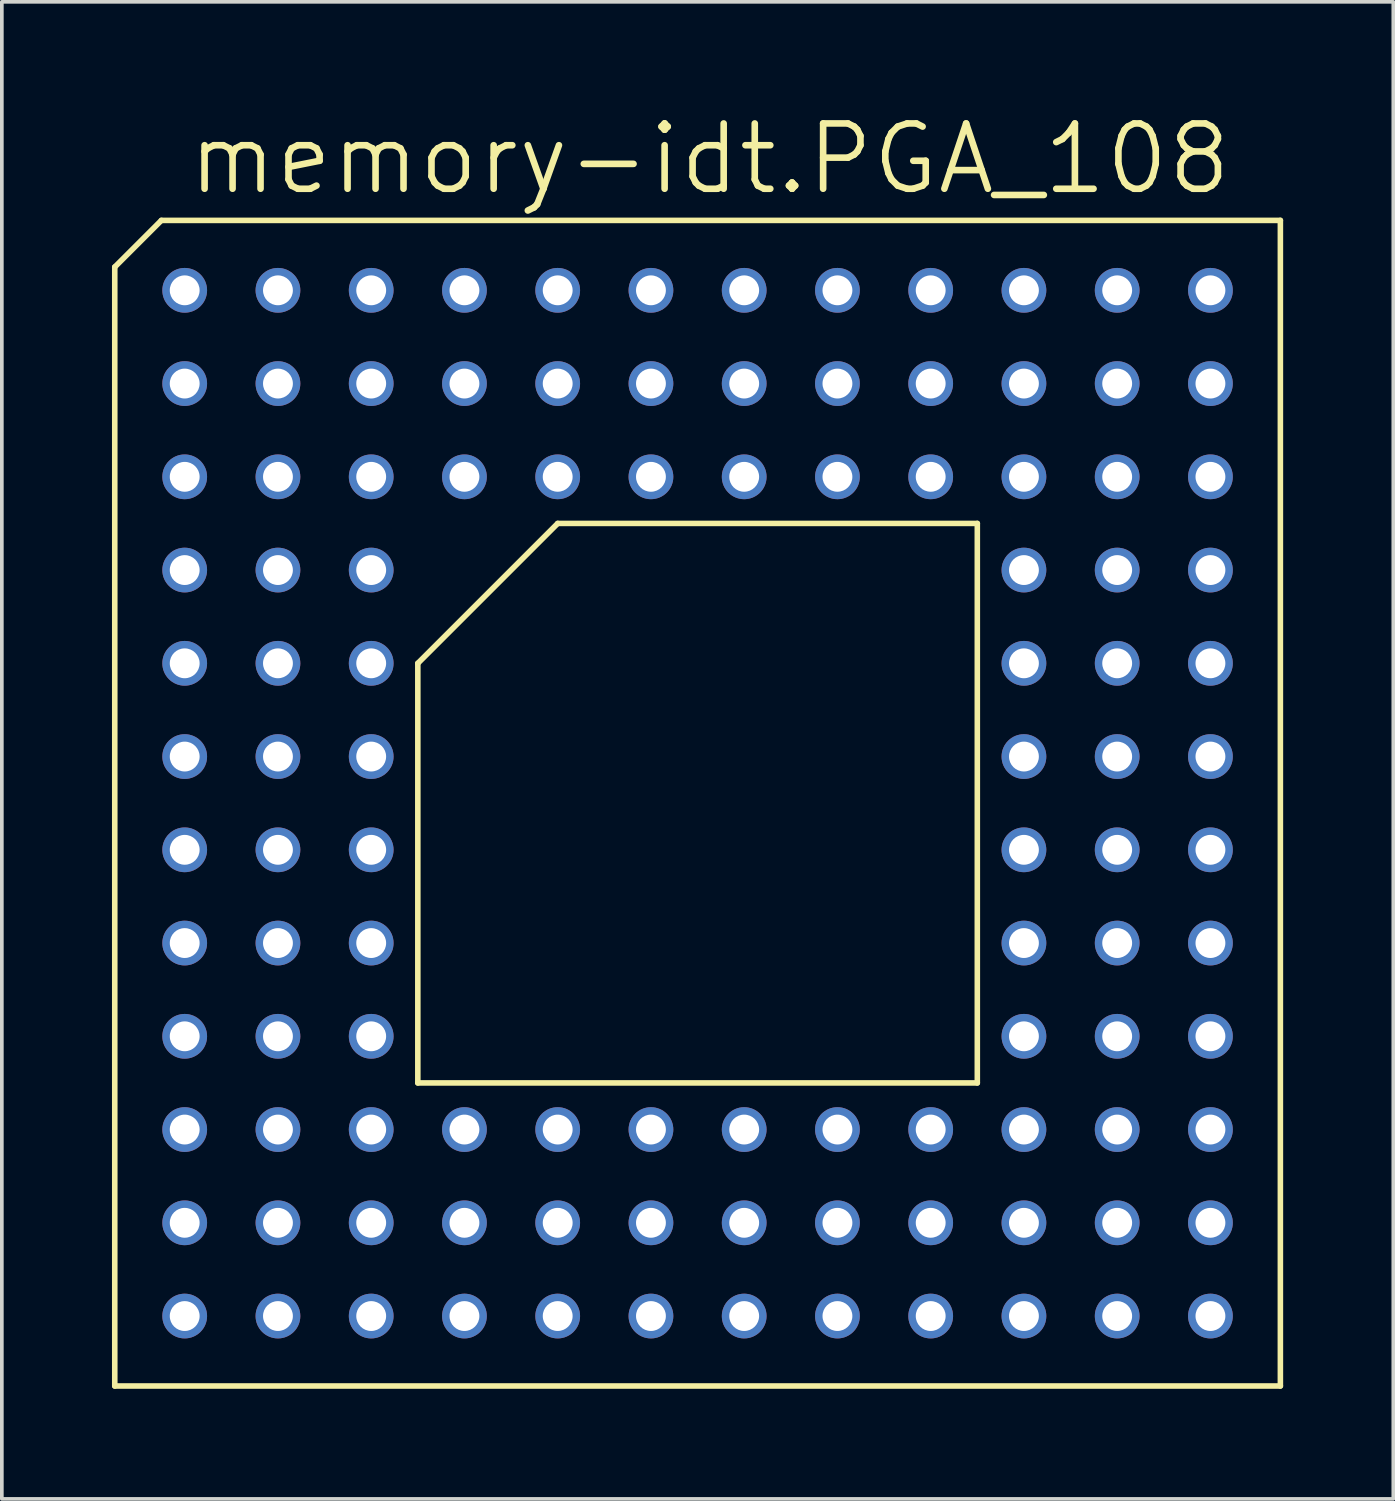
<source format=kicad_pcb>
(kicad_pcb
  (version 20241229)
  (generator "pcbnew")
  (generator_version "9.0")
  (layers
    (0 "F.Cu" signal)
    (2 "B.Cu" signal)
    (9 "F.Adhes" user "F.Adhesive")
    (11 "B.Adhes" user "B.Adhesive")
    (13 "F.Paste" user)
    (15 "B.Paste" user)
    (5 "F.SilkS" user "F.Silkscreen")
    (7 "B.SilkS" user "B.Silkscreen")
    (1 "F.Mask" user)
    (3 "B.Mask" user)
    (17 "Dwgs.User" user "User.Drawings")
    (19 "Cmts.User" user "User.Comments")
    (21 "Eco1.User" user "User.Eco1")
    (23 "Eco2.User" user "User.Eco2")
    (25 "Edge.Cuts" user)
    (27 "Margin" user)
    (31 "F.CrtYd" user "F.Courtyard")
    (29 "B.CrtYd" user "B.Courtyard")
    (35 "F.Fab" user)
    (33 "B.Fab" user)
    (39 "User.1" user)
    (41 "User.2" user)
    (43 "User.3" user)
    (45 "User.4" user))
  (footprint "memory-idt.PGA_108"
    (layer "F.Cu")
    (at 15.951 18.828)
    (property "Reference" "memory-idt.PGA_108" (at -13.97 -16.51 0) (layer "F.SilkS") (effects (font (size 1.778 1.778) (thickness 0.18)) (justify left bottom)))
    (attr through_hole)
    (fp_line (start -15.875 -14.605) (end -14.605 -15.875) (stroke (width 0.152) (type default)) (layer "F.SilkS"))
    (fp_line (start -15.875 15.875) (end -15.875 -14.605) (stroke (width 0.152) (type default)) (layer "F.SilkS"))
    (fp_line (start -14.605 -15.875) (end 15.875 -15.875) (stroke (width 0.152) (type default)) (layer "F.SilkS"))
    (fp_line (start -7.62 -3.81) (end -7.62 7.62) (stroke (width 0.152) (type default)) (layer "F.SilkS"))
    (fp_line (start -3.81 -7.62) (end -7.62 -3.81) (stroke (width 0.152) (type default)) (layer "F.SilkS"))
    (fp_line (start 7.62 -7.62) (end -3.81 -7.62) (stroke (width 0.152) (type default)) (layer "F.SilkS"))
    (fp_line (start 7.62 7.62) (end -7.62 7.62) (stroke (width 0.152) (type default)) (layer "F.SilkS"))
    (fp_line (start 7.62 7.62) (end 7.62 -7.62) (stroke (width 0.152) (type default)) (layer "F.SilkS"))
    (fp_line (start 15.875 -15.875) (end 15.875 15.875) (stroke (width 0.152) (type default)) (layer "F.SilkS"))
    (fp_line (start 15.875 15.875) (end -15.875 15.875) (stroke (width 0.152) (type default)) (layer "F.SilkS"))
    (pad "A1" thru_hole circle (at -13.97 -13.97) (size 1.219 1.219) (drill 0.813) (layers "*.Cu" "*.Mask"))
    (pad "A2" thru_hole circle (at -11.43 -13.97) (size 1.219 1.219) (drill 0.813) (layers "*.Cu" "*.Mask"))
    (pad "A3" thru_hole circle (at -8.89 -13.97) (size 1.219 1.219) (drill 0.813) (layers "*.Cu" "*.Mask"))
    (pad "A4" thru_hole circle (at -6.35 -13.97) (size 1.219 1.219) (drill 0.813) (layers "*.Cu" "*.Mask"))
    (pad "A5" thru_hole circle (at -3.81 -13.97) (size 1.219 1.219) (drill 0.813) (layers "*.Cu" "*.Mask"))
    (pad "A6" thru_hole circle (at -1.27 -13.97) (size 1.219 1.219) (drill 0.813) (layers "*.Cu" "*.Mask"))
    (pad "A7" thru_hole circle (at 1.27 -13.97) (size 1.219 1.219) (drill 0.813) (layers "*.Cu" "*.Mask"))
    (pad "A8" thru_hole circle (at 3.81 -13.97) (size 1.219 1.219) (drill 0.813) (layers "*.Cu" "*.Mask"))
    (pad "A9" thru_hole circle (at 6.35 -13.97) (size 1.219 1.219) (drill 0.813) (layers "*.Cu" "*.Mask"))
    (pad "A10" thru_hole circle (at 8.89 -13.97) (size 1.219 1.219) (drill 0.813) (layers "*.Cu" "*.Mask"))
    (pad "A11" thru_hole circle (at 11.43 -13.97) (size 1.219 1.219) (drill 0.813) (layers "*.Cu" "*.Mask"))
    (pad "A12" thru_hole circle (at 13.97 -13.97) (size 1.219 1.219) (drill 0.813) (layers "*.Cu" "*.Mask"))
    (pad "B1" thru_hole circle (at -13.97 -11.43) (size 1.219 1.219) (drill 0.813) (layers "*.Cu" "*.Mask"))
    (pad "B2" thru_hole circle (at -11.43 -11.43) (size 1.219 1.219) (drill 0.813) (layers "*.Cu" "*.Mask"))
    (pad "B3" thru_hole circle (at -8.89 -11.43) (size 1.219 1.219) (drill 0.813) (layers "*.Cu" "*.Mask"))
    (pad "B4" thru_hole circle (at -6.35 -11.43) (size 1.219 1.219) (drill 0.813) (layers "*.Cu" "*.Mask"))
    (pad "B5" thru_hole circle (at -3.81 -11.43) (size 1.219 1.219) (drill 0.813) (layers "*.Cu" "*.Mask"))
    (pad "B6" thru_hole circle (at -1.27 -11.43) (size 1.219 1.219) (drill 0.813) (layers "*.Cu" "*.Mask"))
    (pad "B7" thru_hole circle (at 1.27 -11.43) (size 1.219 1.219) (drill 0.813) (layers "*.Cu" "*.Mask"))
    (pad "B8" thru_hole circle (at 3.81 -11.43) (size 1.219 1.219) (drill 0.813) (layers "*.Cu" "*.Mask"))
    (pad "B9" thru_hole circle (at 6.35 -11.43) (size 1.219 1.219) (drill 0.813) (layers "*.Cu" "*.Mask"))
    (pad "B10" thru_hole circle (at 8.89 -11.43) (size 1.219 1.219) (drill 0.813) (layers "*.Cu" "*.Mask"))
    (pad "B11" thru_hole circle (at 11.43 -11.43) (size 1.219 1.219) (drill 0.813) (layers "*.Cu" "*.Mask"))
    (pad "B12" thru_hole circle (at 13.97 -11.43) (size 1.219 1.219) (drill 0.813) (layers "*.Cu" "*.Mask"))
    (pad "C1" thru_hole circle (at -13.97 -8.89) (size 1.219 1.219) (drill 0.813) (layers "*.Cu" "*.Mask"))
    (pad "C2" thru_hole circle (at -11.43 -8.89) (size 1.219 1.219) (drill 0.813) (layers "*.Cu" "*.Mask"))
    (pad "C3" thru_hole circle (at -8.89 -8.89) (size 1.219 1.219) (drill 0.813) (layers "*.Cu" "*.Mask"))
    (pad "C4" thru_hole circle (at -6.35 -8.89) (size 1.219 1.219) (drill 0.813) (layers "*.Cu" "*.Mask"))
    (pad "C5" thru_hole circle (at -3.81 -8.89) (size 1.219 1.219) (drill 0.813) (layers "*.Cu" "*.Mask"))
    (pad "C6" thru_hole circle (at -1.27 -8.89) (size 1.219 1.219) (drill 0.813) (layers "*.Cu" "*.Mask"))
    (pad "C7" thru_hole circle (at 1.27 -8.89) (size 1.219 1.219) (drill 0.813) (layers "*.Cu" "*.Mask"))
    (pad "C8" thru_hole circle (at 3.81 -8.89) (size 1.219 1.219) (drill 0.813) (layers "*.Cu" "*.Mask"))
    (pad "C9" thru_hole circle (at 6.35 -8.89) (size 1.219 1.219) (drill 0.813) (layers "*.Cu" "*.Mask"))
    (pad "C10" thru_hole circle (at 8.89 -8.89) (size 1.219 1.219) (drill 0.813) (layers "*.Cu" "*.Mask"))
    (pad "C11" thru_hole circle (at 11.43 -8.89) (size 1.219 1.219) (drill 0.813) (layers "*.Cu" "*.Mask"))
    (pad "C12" thru_hole circle (at 13.97 -8.89) (size 1.219 1.219) (drill 0.813) (layers "*.Cu" "*.Mask"))
    (pad "D1" thru_hole circle (at -13.97 -6.35) (size 1.219 1.219) (drill 0.813) (layers "*.Cu" "*.Mask"))
    (pad "D2" thru_hole circle (at -11.43 -6.35) (size 1.219 1.219) (drill 0.813) (layers "*.Cu" "*.Mask"))
    (pad "D3" thru_hole circle (at -8.89 -6.35) (size 1.219 1.219) (drill 0.813) (layers "*.Cu" "*.Mask"))
    (pad "D10" thru_hole circle (at 8.89 -6.35) (size 1.219 1.219) (drill 0.813) (layers "*.Cu" "*.Mask"))
    (pad "D11" thru_hole circle (at 11.43 -6.35) (size 1.219 1.219) (drill 0.813) (layers "*.Cu" "*.Mask"))
    (pad "D12" thru_hole circle (at 13.97 -6.35) (size 1.219 1.219) (drill 0.813) (layers "*.Cu" "*.Mask"))
    (pad "E1" thru_hole circle (at -13.97 -3.81) (size 1.219 1.219) (drill 0.813) (layers "*.Cu" "*.Mask"))
    (pad "E2" thru_hole circle (at -11.43 -3.81) (size 1.219 1.219) (drill 0.813) (layers "*.Cu" "*.Mask"))
    (pad "E3" thru_hole circle (at -8.89 -3.81) (size 1.219 1.219) (drill 0.813) (layers "*.Cu" "*.Mask"))
    (pad "E10" thru_hole circle (at 8.89 -3.81) (size 1.219 1.219) (drill 0.813) (layers "*.Cu" "*.Mask"))
    (pad "E11" thru_hole circle (at 11.43 -3.81) (size 1.219 1.219) (drill 0.813) (layers "*.Cu" "*.Mask"))
    (pad "E12" thru_hole circle (at 13.97 -3.81) (size 1.219 1.219) (drill 0.813) (layers "*.Cu" "*.Mask"))
    (pad "F1" thru_hole circle (at -13.97 -1.27) (size 1.219 1.219) (drill 0.813) (layers "*.Cu" "*.Mask"))
    (pad "F2" thru_hole circle (at -11.43 -1.27) (size 1.219 1.219) (drill 0.813) (layers "*.Cu" "*.Mask"))
    (pad "F3" thru_hole circle (at -8.89 -1.27) (size 1.219 1.219) (drill 0.813) (layers "*.Cu" "*.Mask"))
    (pad "F10" thru_hole circle (at 8.89 -1.27) (size 1.219 1.219) (drill 0.813) (layers "*.Cu" "*.Mask"))
    (pad "F11" thru_hole circle (at 11.43 -1.27) (size 1.219 1.219) (drill 0.813) (layers "*.Cu" "*.Mask"))
    (pad "F12" thru_hole circle (at 13.97 -1.27) (size 1.219 1.219) (drill 0.813) (layers "*.Cu" "*.Mask"))
    (pad "G1" thru_hole circle (at -13.97 1.27) (size 1.219 1.219) (drill 0.813) (layers "*.Cu" "*.Mask"))
    (pad "G2" thru_hole circle (at -11.43 1.27) (size 1.219 1.219) (drill 0.813) (layers "*.Cu" "*.Mask"))
    (pad "G3" thru_hole circle (at -8.89 1.27) (size 1.219 1.219) (drill 0.813) (layers "*.Cu" "*.Mask"))
    (pad "G10" thru_hole circle (at 8.89 1.27) (size 1.219 1.219) (drill 0.813) (layers "*.Cu" "*.Mask"))
    (pad "G11" thru_hole circle (at 11.43 1.27) (size 1.219 1.219) (drill 0.813) (layers "*.Cu" "*.Mask"))
    (pad "G12" thru_hole circle (at 13.97 1.27) (size 1.219 1.219) (drill 0.813) (layers "*.Cu" "*.Mask"))
    (pad "H1" thru_hole circle (at -13.97 3.81) (size 1.219 1.219) (drill 0.813) (layers "*.Cu" "*.Mask"))
    (pad "H2" thru_hole circle (at -11.43 3.81) (size 1.219 1.219) (drill 0.813) (layers "*.Cu" "*.Mask"))
    (pad "H3" thru_hole circle (at -8.89 3.81) (size 1.219 1.219) (drill 0.813) (layers "*.Cu" "*.Mask"))
    (pad "H10" thru_hole circle (at 8.89 3.81) (size 1.219 1.219) (drill 0.813) (layers "*.Cu" "*.Mask"))
    (pad "H11" thru_hole circle (at 11.43 3.81) (size 1.219 1.219) (drill 0.813) (layers "*.Cu" "*.Mask"))
    (pad "H12" thru_hole circle (at 13.97 3.81) (size 1.219 1.219) (drill 0.813) (layers "*.Cu" "*.Mask"))
    (pad "J1" thru_hole circle (at -13.97 6.35) (size 1.219 1.219) (drill 0.813) (layers "*.Cu" "*.Mask"))
    (pad "J2" thru_hole circle (at -11.43 6.35) (size 1.219 1.219) (drill 0.813) (layers "*.Cu" "*.Mask"))
    (pad "J3" thru_hole circle (at -8.89 6.35) (size 1.219 1.219) (drill 0.813) (layers "*.Cu" "*.Mask"))
    (pad "J10" thru_hole circle (at 8.89 6.35) (size 1.219 1.219) (drill 0.813) (layers "*.Cu" "*.Mask"))
    (pad "J11" thru_hole circle (at 11.43 6.35) (size 1.219 1.219) (drill 0.813) (layers "*.Cu" "*.Mask"))
    (pad "J12" thru_hole circle (at 13.97 6.35) (size 1.219 1.219) (drill 0.813) (layers "*.Cu" "*.Mask"))
    (pad "K1" thru_hole circle (at -13.97 8.89) (size 1.219 1.219) (drill 0.813) (layers "*.Cu" "*.Mask"))
    (pad "K2" thru_hole circle (at -11.43 8.89) (size 1.219 1.219) (drill 0.813) (layers "*.Cu" "*.Mask"))
    (pad "K3" thru_hole circle (at -8.89 8.89) (size 1.219 1.219) (drill 0.813) (layers "*.Cu" "*.Mask"))
    (pad "K4" thru_hole circle (at -6.35 8.89) (size 1.219 1.219) (drill 0.813) (layers "*.Cu" "*.Mask"))
    (pad "K5" thru_hole circle (at -3.81 8.89) (size 1.219 1.219) (drill 0.813) (layers "*.Cu" "*.Mask"))
    (pad "K6" thru_hole circle (at -1.27 8.89) (size 1.219 1.219) (drill 0.813) (layers "*.Cu" "*.Mask"))
    (pad "K7" thru_hole circle (at 1.27 8.89) (size 1.219 1.219) (drill 0.813) (layers "*.Cu" "*.Mask"))
    (pad "K8" thru_hole circle (at 3.81 8.89) (size 1.219 1.219) (drill 0.813) (layers "*.Cu" "*.Mask"))
    (pad "K9" thru_hole circle (at 6.35 8.89) (size 1.219 1.219) (drill 0.813) (layers "*.Cu" "*.Mask"))
    (pad "K10" thru_hole circle (at 8.89 8.89) (size 1.219 1.219) (drill 0.813) (layers "*.Cu" "*.Mask"))
    (pad "K11" thru_hole circle (at 11.43 8.89) (size 1.219 1.219) (drill 0.813) (layers "*.Cu" "*.Mask"))
    (pad "K12" thru_hole circle (at 13.97 8.89) (size 1.219 1.219) (drill 0.813) (layers "*.Cu" "*.Mask"))
    (pad "L1" thru_hole circle (at -13.97 11.43) (size 1.219 1.219) (drill 0.813) (layers "*.Cu" "*.Mask"))
    (pad "L2" thru_hole circle (at -11.43 11.43) (size 1.219 1.219) (drill 0.813) (layers "*.Cu" "*.Mask"))
    (pad "L3" thru_hole circle (at -8.89 11.43) (size 1.219 1.219) (drill 0.813) (layers "*.Cu" "*.Mask"))
    (pad "L4" thru_hole circle (at -6.35 11.43) (size 1.219 1.219) (drill 0.813) (layers "*.Cu" "*.Mask"))
    (pad "L5" thru_hole circle (at -3.81 11.43) (size 1.219 1.219) (drill 0.813) (layers "*.Cu" "*.Mask"))
    (pad "L6" thru_hole circle (at -1.27 11.43) (size 1.219 1.219) (drill 0.813) (layers "*.Cu" "*.Mask"))
    (pad "L7" thru_hole circle (at 1.27 11.43) (size 1.219 1.219) (drill 0.813) (layers "*.Cu" "*.Mask"))
    (pad "L8" thru_hole circle (at 3.81 11.43) (size 1.219 1.219) (drill 0.813) (layers "*.Cu" "*.Mask"))
    (pad "L9" thru_hole circle (at 6.35 11.43) (size 1.219 1.219) (drill 0.813) (layers "*.Cu" "*.Mask"))
    (pad "L10" thru_hole circle (at 8.89 11.43) (size 1.219 1.219) (drill 0.813) (layers "*.Cu" "*.Mask"))
    (pad "L11" thru_hole circle (at 11.43 11.43) (size 1.219 1.219) (drill 0.813) (layers "*.Cu" "*.Mask"))
    (pad "L12" thru_hole circle (at 13.97 11.43) (size 1.219 1.219) (drill 0.813) (layers "*.Cu" "*.Mask"))
    (pad "M1" thru_hole circle (at -13.97 13.97) (size 1.219 1.219) (drill 0.813) (layers "*.Cu" "*.Mask"))
    (pad "M2" thru_hole circle (at -11.43 13.97) (size 1.219 1.219) (drill 0.813) (layers "*.Cu" "*.Mask"))
    (pad "M3" thru_hole circle (at -8.89 13.97) (size 1.219 1.219) (drill 0.813) (layers "*.Cu" "*.Mask"))
    (pad "M4" thru_hole circle (at -6.35 13.97) (size 1.219 1.219) (drill 0.813) (layers "*.Cu" "*.Mask"))
    (pad "M5" thru_hole circle (at -3.81 13.97) (size 1.219 1.219) (drill 0.813) (layers "*.Cu" "*.Mask"))
    (pad "M6" thru_hole circle (at -1.27 13.97) (size 1.219 1.219) (drill 0.813) (layers "*.Cu" "*.Mask"))
    (pad "M7" thru_hole circle (at 1.27 13.97) (size 1.219 1.219) (drill 0.813) (layers "*.Cu" "*.Mask"))
    (pad "M8" thru_hole circle (at 3.81 13.97) (size 1.219 1.219) (drill 0.813) (layers "*.Cu" "*.Mask"))
    (pad "M9" thru_hole circle (at 6.35 13.97) (size 1.219 1.219) (drill 0.813) (layers "*.Cu" "*.Mask"))
    (pad "M10" thru_hole circle (at 8.89 13.97) (size 1.219 1.219) (drill 0.813) (layers "*.Cu" "*.Mask"))
    (pad "M11" thru_hole circle (at 11.43 13.97) (size 1.219 1.219) (drill 0.813) (layers "*.Cu" "*.Mask"))
    (pad "M12" thru_hole circle (at 13.97 13.97) (size 1.219 1.219) (drill 0.813) (layers "*.Cu" "*.Mask")))
  (gr_rect
    (start -3 -3)
    (end 34.902 37.779)
    (stroke (width 0.1) (type default))
    (fill no)
    (layer "Edge.Cuts")))
</source>
